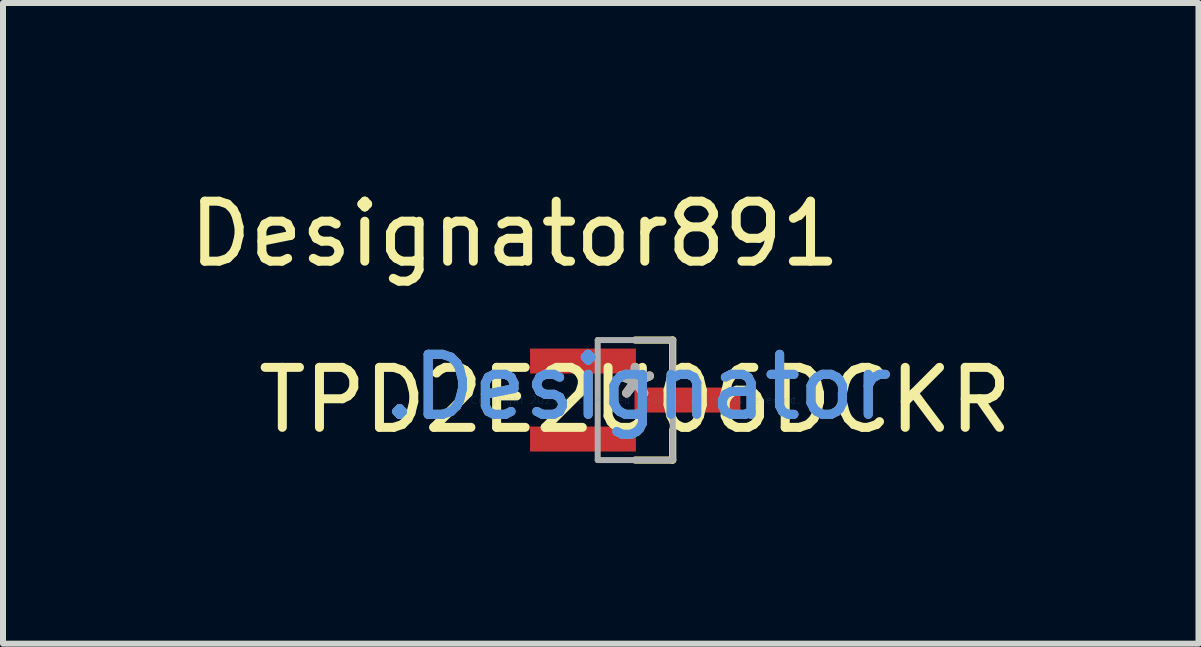
<source format=kicad_pcb>
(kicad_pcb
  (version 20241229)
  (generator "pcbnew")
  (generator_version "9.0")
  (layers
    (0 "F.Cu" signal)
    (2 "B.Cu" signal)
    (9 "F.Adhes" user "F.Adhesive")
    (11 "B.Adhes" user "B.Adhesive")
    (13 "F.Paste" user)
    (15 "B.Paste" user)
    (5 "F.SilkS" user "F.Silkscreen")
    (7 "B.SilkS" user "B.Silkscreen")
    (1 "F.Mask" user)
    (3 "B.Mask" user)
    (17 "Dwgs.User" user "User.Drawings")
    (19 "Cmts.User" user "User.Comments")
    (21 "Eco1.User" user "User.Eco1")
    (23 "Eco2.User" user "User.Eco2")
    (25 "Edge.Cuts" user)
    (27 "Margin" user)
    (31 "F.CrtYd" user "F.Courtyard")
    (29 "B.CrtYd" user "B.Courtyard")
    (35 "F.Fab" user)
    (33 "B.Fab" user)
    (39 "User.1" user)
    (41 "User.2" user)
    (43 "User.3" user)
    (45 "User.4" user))
  (footprint "TPD2E2U06DCKR"
    (layer "F.Cu")
    (at 7.536 3.617)
    (property "Reference" "TPD2E2U06DCKR" (at 0 0 0) (layer "F.SilkS") (effects (font (size 1 1) (thickness 0.15))))
    (attr through_hole)
    (fp_line (start 0 -1) (end 0.625 -1) (stroke (width 0.12) (type solid)) (layer "F.SilkS"))
    (fp_line (start 0 1) (end 0.625 1) (stroke (width 0.12) (type solid)) (layer "F.SilkS"))
    (fp_line (start 0.625 -0.5) (end 0.625 -1) (stroke (width 0.12) (type solid)) (layer "F.SilkS"))
    (fp_line (start 0.625 1) (end 0.625 0.5) (stroke (width 0.12) (type solid)) (layer "F.SilkS"))
    (fp_line (start -0.625 -1) (end 0.625 -1) (stroke (width 0.1) (type solid)) (layer "F.Fab"))
    (fp_line (start -0.625 1) (end -0.625 -1) (stroke (width 0.1) (type solid)) (layer "F.Fab"))
    (fp_line (start -0.625 1) (end 0.625 1) (stroke (width 0.1) (type solid)) (layer "F.Fab"))
    (fp_line (start 0.625 1) (end 0.625 -1) (stroke (width 0.1) (type solid)) (layer "F.Fab"))
    (fp_text user "*" (at 0 0 0) (layer "F.SilkS") (effects (font (size 1 1) (thickness 0.15))))
    (fp_text user "Designator891" (at -2.007 -2.769 0) (layer "F.SilkS") (effects (font (size 1 1) (thickness 0.15))))
    (fp_text user "Copyright 2021 Accelerated Designs. All rights reserved." (at 0 0 0) (layer "Cmts.User") (effects (font (size 0.127 0.127) (thickness 0.002))))
    (fp_text user ".Designator" (at 0.05 -0.217 0) (layer "Cmts.User") (effects (font (size 1 1) (thickness 0.15))))
    (fp_text user ".Designator" (at 0.05 -0.217 0) (layer "F.Fab") (effects (font (size 1 1) (thickness 0.15))))
    (fp_text user "*" (at 0 0 0) (layer "F.Fab") (effects (font (size 1 1) (thickness 0.15))))
    (pad "1" smd rect (at -0.87 -0.65) (size 1.764 0.416) (layers "F.Cu" "F.Mask" "F.Paste"))
    (pad "2" smd rect (at -0.87 0.65) (size 1.764 0.416) (layers "F.Cu" "F.Mask" "F.Paste"))
    (pad "3" smd rect (at 0.87 0) (size 1.764 0.416) (layers "F.Cu" "F.Mask" "F.Paste")))
  (gr_rect
    (start -3 -3)
    (end 16.923 7.677)
    (stroke (width 0.1) (type default))
    (fill no)
    (layer "Edge.Cuts")))
</source>
